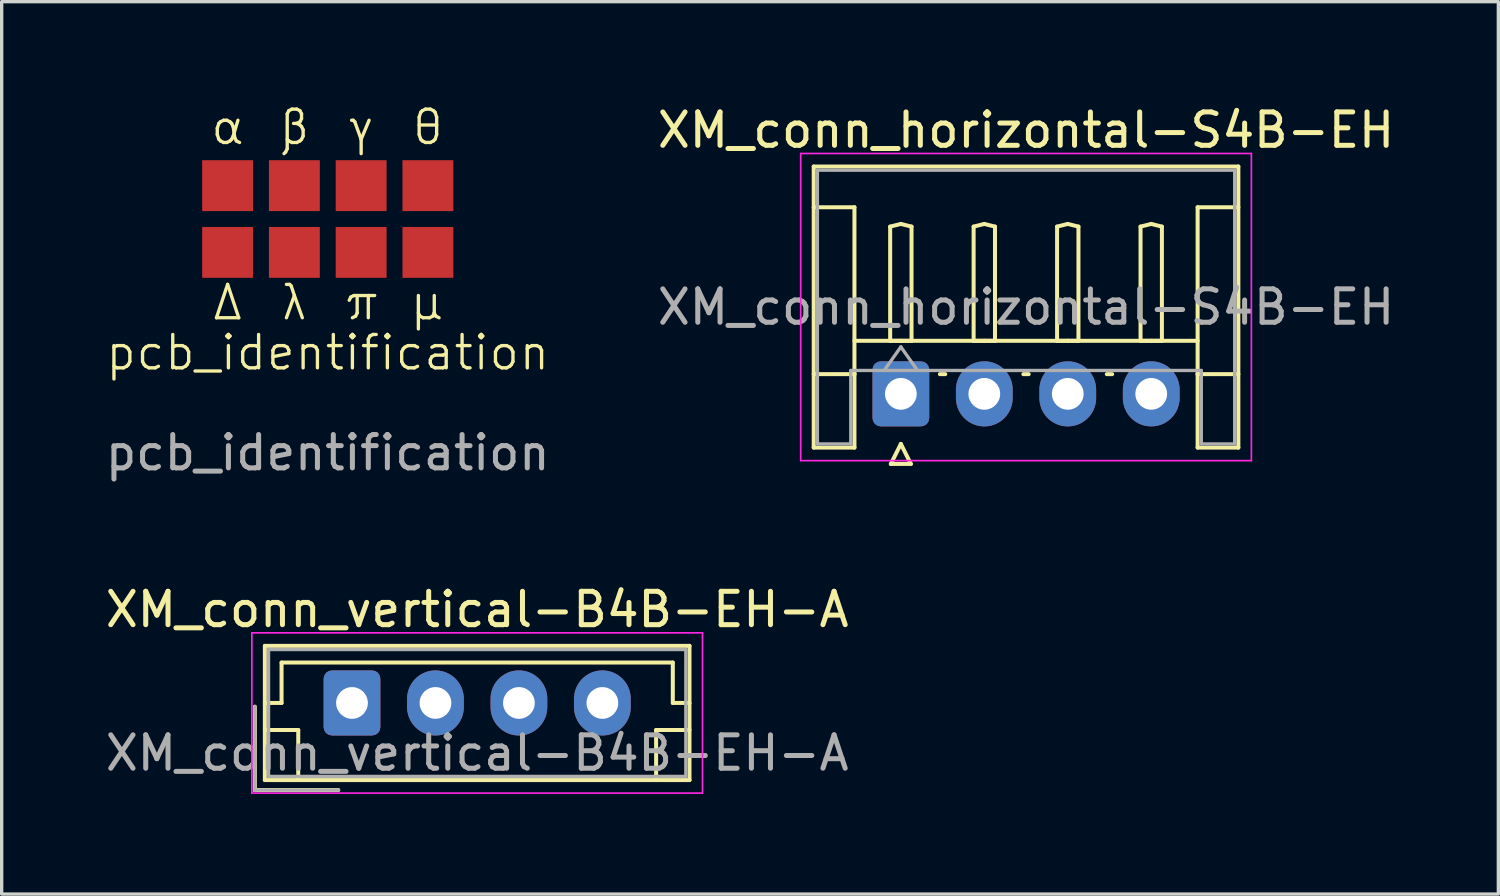
<source format=kicad_pcb>
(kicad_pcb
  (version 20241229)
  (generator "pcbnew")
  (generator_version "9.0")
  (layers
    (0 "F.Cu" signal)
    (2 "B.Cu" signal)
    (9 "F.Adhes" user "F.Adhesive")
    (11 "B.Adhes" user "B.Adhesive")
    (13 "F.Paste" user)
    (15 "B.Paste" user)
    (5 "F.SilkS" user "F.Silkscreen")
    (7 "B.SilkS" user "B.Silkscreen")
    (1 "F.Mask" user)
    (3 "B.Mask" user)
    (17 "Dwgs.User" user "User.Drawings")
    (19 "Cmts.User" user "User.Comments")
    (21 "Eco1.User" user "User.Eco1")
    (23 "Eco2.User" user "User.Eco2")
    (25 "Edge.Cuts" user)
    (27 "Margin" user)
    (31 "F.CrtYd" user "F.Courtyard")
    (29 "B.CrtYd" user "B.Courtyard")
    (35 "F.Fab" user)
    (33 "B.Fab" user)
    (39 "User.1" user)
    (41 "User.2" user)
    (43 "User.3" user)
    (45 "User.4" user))
  (footprint "pcb_identification"
    (layer "F.Cu")
    (at 6.768 8.011)
    (property "Reference" "pcb_identification" (at 0 -0.5 0) (unlocked yes) (layer "F.SilkS") (effects (font (size 1 1) (thickness 0.1))))
    (attr smd)
    (fp_text user "μ" (at 3 -2 0) (unlocked yes) (layer "F.SilkS") (effects (font (size 1 1) (thickness 0.1))))
    (fp_text user "γ" (at 1 -7.25 0) (unlocked yes) (layer "F.SilkS") (effects (font (size 1 1) (thickness 0.1))))
    (fp_text user "Δ" (at -3 -2 0) (unlocked yes) (layer "F.SilkS") (effects (font (size 1 1) (thickness 0.1))))
    (fp_text user "α" (at -3 -7.25 0) (unlocked yes) (layer "F.SilkS") (effects (font (size 1 1) (thickness 0.1))))
    (fp_text user "λ" (at -1 -2 0) (unlocked yes) (layer "F.SilkS") (effects (font (size 1 1) (thickness 0.1))))
    (fp_text user "θ" (at 3 -7.25 0) (unlocked yes) (layer "F.SilkS") (effects (font (size 1 1) (thickness 0.1))))
    (fp_text user "β" (at -1 -7.25 0) (unlocked yes) (layer "F.SilkS") (effects (font (size 1 1) (thickness 0.1))))
    (fp_text user "π" (at 1 -2 0) (unlocked yes) (layer "F.SilkS") (effects (font (size 1 1) (thickness 0.1))))
    (fp_text user "${REFERENCE}" (at 0 2.5 0) (unlocked yes) (layer "F.Fab") (effects (font (size 1 1) (thickness 0.15))))
    (pad "1" smd rect (at -3 -5.5) (size 1.524 1.524) (layers "F.Cu" "F.Mask" "F.Paste"))
    (pad "2" smd rect (at -1 -5.5) (size 1.524 1.524) (layers "F.Cu" "F.Mask" "F.Paste"))
    (pad "3" smd rect (at 1 -5.5) (size 1.524 1.524) (layers "F.Cu" "F.Mask" "F.Paste"))
    (pad "4" smd rect (at 3 -5.5) (size 1.524 1.524) (layers "F.Cu" "F.Mask" "F.Paste"))
    (pad "5" smd rect (at -3 -3.5) (size 1.524 1.524) (layers "F.Cu" "F.Mask" "F.Paste"))
    (pad "6" smd rect (at -1 -3.5) (size 1.524 1.524) (layers "F.Cu" "F.Mask" "F.Paste"))
    (pad "7" smd rect (at 1 -3.5) (size 1.524 1.524) (layers "F.Cu" "F.Mask" "F.Paste"))
    (pad "8" smd rect (at 3 -3.5) (size 1.524 1.524) (layers "F.Cu" "F.Mask" "F.Paste")))
  (footprint "XM_conn_horizontal-S4B-EH"
    (layer "F.Cu")
    (at 23.935 8.748)
    (property "Reference" "XM_conn_horizontal-S4B-EH" (at 3.75 -7.9 0) (layer "F.SilkS") (effects (font (size 1 1) (thickness 0.15))))
    (attr through_hole)
    (fp_line (start -2.61 -6.81) (end 10.11 -6.81) (stroke (width 0.12) (type solid)) (layer "F.SilkS"))
    (fp_line (start -2.61 -5.59) (end -1.39 -5.59) (stroke (width 0.12) (type solid)) (layer "F.SilkS"))
    (fp_line (start -2.61 1.61) (end -2.61 -6.81) (stroke (width 0.12) (type solid)) (layer "F.SilkS"))
    (fp_line (start -1.39 -5.59) (end -1.39 -0.59) (stroke (width 0.12) (type solid)) (layer "F.SilkS"))
    (fp_line (start -1.39 -1.59) (end 8.89 -1.59) (stroke (width 0.12) (type solid)) (layer "F.SilkS"))
    (fp_line (start -1.39 -0.59) (end -2.61 -0.59) (stroke (width 0.12) (type solid)) (layer "F.SilkS"))
    (fp_line (start -1.39 -0.59) (end -1.39 1.61) (stroke (width 0.12) (type solid)) (layer "F.SilkS"))
    (fp_line (start -1.39 1.61) (end -2.61 1.61) (stroke (width 0.12) (type solid)) (layer "F.SilkS"))
    (fp_line (start -0.32 -5.01) (end 0 -5.09) (stroke (width 0.12) (type solid)) (layer "F.SilkS"))
    (fp_line (start -0.32 -1.59) (end -0.32 -5.01) (stroke (width 0.12) (type solid)) (layer "F.SilkS"))
    (fp_line (start -0.3 2.1) (end 0.3 2.1) (stroke (width 0.12) (type solid)) (layer "F.SilkS"))
    (fp_line (start 0 -5.09) (end 0.32 -5.01) (stroke (width 0.12) (type solid)) (layer "F.SilkS"))
    (fp_line (start 0 -1.59) (end -0.32 -1.59) (stroke (width 0.12) (type solid)) (layer "F.SilkS"))
    (fp_line (start 0 1.5) (end -0.3 2.1) (stroke (width 0.12) (type solid)) (layer "F.SilkS"))
    (fp_line (start 0.3 2.1) (end 0 1.5) (stroke (width 0.12) (type solid)) (layer "F.SilkS"))
    (fp_line (start 0.32 -5.01) (end 0.32 -1.59) (stroke (width 0.12) (type solid)) (layer "F.SilkS"))
    (fp_line (start 0.32 -1.59) (end 0 -1.59) (stroke (width 0.12) (type solid)) (layer "F.SilkS"))
    (fp_line (start 1.17 -0.59) (end 1.33 -0.59) (stroke (width 0.12) (type solid)) (layer "F.SilkS"))
    (fp_line (start 2.18 -5.01) (end 2.5 -5.09) (stroke (width 0.12) (type solid)) (layer "F.SilkS"))
    (fp_line (start 2.18 -1.59) (end 2.18 -5.01) (stroke (width 0.12) (type solid)) (layer "F.SilkS"))
    (fp_line (start 2.5 -5.09) (end 2.82 -5.01) (stroke (width 0.12) (type solid)) (layer "F.SilkS"))
    (fp_line (start 2.5 -1.59) (end 2.18 -1.59) (stroke (width 0.12) (type solid)) (layer "F.SilkS"))
    (fp_line (start 2.82 -5.01) (end 2.82 -1.59) (stroke (width 0.12) (type solid)) (layer "F.SilkS"))
    (fp_line (start 2.82 -1.59) (end 2.5 -1.59) (stroke (width 0.12) (type solid)) (layer "F.SilkS"))
    (fp_line (start 3.67 -0.59) (end 3.83 -0.59) (stroke (width 0.12) (type solid)) (layer "F.SilkS"))
    (fp_line (start 4.68 -5.01) (end 5 -5.09) (stroke (width 0.12) (type solid)) (layer "F.SilkS"))
    (fp_line (start 4.68 -1.59) (end 4.68 -5.01) (stroke (width 0.12) (type solid)) (layer "F.SilkS"))
    (fp_line (start 5 -5.09) (end 5.32 -5.01) (stroke (width 0.12) (type solid)) (layer "F.SilkS"))
    (fp_line (start 5 -1.59) (end 4.68 -1.59) (stroke (width 0.12) (type solid)) (layer "F.SilkS"))
    (fp_line (start 5.32 -5.01) (end 5.32 -1.59) (stroke (width 0.12) (type solid)) (layer "F.SilkS"))
    (fp_line (start 5.32 -1.59) (end 5 -1.59) (stroke (width 0.12) (type solid)) (layer "F.SilkS"))
    (fp_line (start 6.17 -0.59) (end 6.33 -0.59) (stroke (width 0.12) (type solid)) (layer "F.SilkS"))
    (fp_line (start 7.18 -5.01) (end 7.5 -5.09) (stroke (width 0.12) (type solid)) (layer "F.SilkS"))
    (fp_line (start 7.18 -1.59) (end 7.18 -5.01) (stroke (width 0.12) (type solid)) (layer "F.SilkS"))
    (fp_line (start 7.5 -5.09) (end 7.82 -5.01) (stroke (width 0.12) (type solid)) (layer "F.SilkS"))
    (fp_line (start 7.5 -1.59) (end 7.18 -1.59) (stroke (width 0.12) (type solid)) (layer "F.SilkS"))
    (fp_line (start 7.82 -5.01) (end 7.82 -1.59) (stroke (width 0.12) (type solid)) (layer "F.SilkS"))
    (fp_line (start 7.82 -1.59) (end 7.5 -1.59) (stroke (width 0.12) (type solid)) (layer "F.SilkS"))
    (fp_line (start 8.89 -5.59) (end 8.89 -0.59) (stroke (width 0.12) (type solid)) (layer "F.SilkS"))
    (fp_line (start 8.89 -0.59) (end 10.11 -0.59) (stroke (width 0.12) (type solid)) (layer "F.SilkS"))
    (fp_line (start 8.89 1.61) (end 8.89 -0.59) (stroke (width 0.12) (type solid)) (layer "F.SilkS"))
    (fp_line (start 10.11 -6.81) (end 10.11 1.61) (stroke (width 0.12) (type solid)) (layer "F.SilkS"))
    (fp_line (start 10.11 -5.59) (end 8.89 -5.59) (stroke (width 0.12) (type solid)) (layer "F.SilkS"))
    (fp_line (start 10.11 1.61) (end 8.89 1.61) (stroke (width 0.12) (type solid)) (layer "F.SilkS"))
    (fp_line (start -3 -7.2) (end -3 2) (stroke (width 0.05) (type solid)) (layer "F.CrtYd"))
    (fp_line (start -3 2) (end 10.5 2) (stroke (width 0.05) (type solid)) (layer "F.CrtYd"))
    (fp_line (start 10.5 -7.2) (end -3 -7.2) (stroke (width 0.05) (type solid)) (layer "F.CrtYd"))
    (fp_line (start 10.5 2) (end 10.5 -7.2) (stroke (width 0.05) (type solid)) (layer "F.CrtYd"))
    (fp_line (start -2.5 -6.7) (end 10 -6.7) (stroke (width 0.1) (type solid)) (layer "F.Fab"))
    (fp_line (start -2.5 1.5) (end -2.5 -6.7) (stroke (width 0.1) (type solid)) (layer "F.Fab"))
    (fp_line (start -1.5 -0.7) (end -1.5 1.5) (stroke (width 0.1) (type solid)) (layer "F.Fab"))
    (fp_line (start -1.5 1.5) (end -2.5 1.5) (stroke (width 0.1) (type solid)) (layer "F.Fab"))
    (fp_line (start -0.5 -0.7) (end 0 -1.407) (stroke (width 0.1) (type solid)) (layer "F.Fab"))
    (fp_line (start 0 -1.407) (end 0.5 -0.7) (stroke (width 0.1) (type solid)) (layer "F.Fab"))
    (fp_line (start 9 -0.7) (end -1.5 -0.7) (stroke (width 0.1) (type solid)) (layer "F.Fab"))
    (fp_line (start 9 1.5) (end 9 -0.7) (stroke (width 0.1) (type solid)) (layer "F.Fab"))
    (fp_line (start 10 -6.7) (end 10 1.5) (stroke (width 0.1) (type solid)) (layer "F.Fab"))
    (fp_line (start 10 1.5) (end 9 1.5) (stroke (width 0.1) (type solid)) (layer "F.Fab"))
    (fp_text user "${REFERENCE}" (at 3.75 -2.6 0) (layer "F.Fab") (effects (font (size 1 1) (thickness 0.15))))
    (pad "1" thru_hole roundrect (at 0 0) (size 1.7 1.95) (drill 0.95) (layers "*.Cu" "*.Mask") (roundrect_rratio 0.147))
    (pad "2" thru_hole oval (at 2.5 0) (size 1.7 1.95) (drill 0.95) (layers "*.Cu" "*.Mask"))
    (pad "3" thru_hole oval (at 5 0) (size 1.7 1.95) (drill 0.95) (layers "*.Cu" "*.Mask"))
    (pad "4" thru_hole oval (at 7.5 0) (size 1.7 1.95) (drill 0.95) (layers "*.Cu" "*.Mask")))
  (footprint "XM_conn_vertical-B4B-EH-A"
    (layer "F.Cu")
    (at 7.494 18.007)
    (property "Reference" "XM_conn_vertical-B4B-EH-A" (at 3.75 -2.8 0) (layer "F.SilkS") (effects (font (size 1 1) (thickness 0.15))))
    (attr through_hole)
    (fp_line (start -2.91 0.11) (end -2.91 2.61) (stroke (width 0.12) (type solid)) (layer "F.SilkS"))
    (fp_line (start -2.91 2.61) (end -0.41 2.61) (stroke (width 0.12) (type solid)) (layer "F.SilkS"))
    (fp_line (start -2.61 -1.71) (end -2.61 2.31) (stroke (width 0.12) (type solid)) (layer "F.SilkS"))
    (fp_line (start -2.61 0) (end -2.11 0) (stroke (width 0.12) (type solid)) (layer "F.SilkS"))
    (fp_line (start -2.61 0.81) (end -1.61 0.81) (stroke (width 0.12) (type solid)) (layer "F.SilkS"))
    (fp_line (start -2.61 2.31) (end 10.11 2.31) (stroke (width 0.12) (type solid)) (layer "F.SilkS"))
    (fp_line (start -2.11 -1.21) (end 9.61 -1.21) (stroke (width 0.12) (type solid)) (layer "F.SilkS"))
    (fp_line (start -2.11 0) (end -2.11 -1.21) (stroke (width 0.12) (type solid)) (layer "F.SilkS"))
    (fp_line (start -1.61 0.81) (end -1.61 2.31) (stroke (width 0.12) (type solid)) (layer "F.SilkS"))
    (fp_line (start 9.11 0.81) (end 9.11 2.31) (stroke (width 0.12) (type solid)) (layer "F.SilkS"))
    (fp_line (start 9.61 -1.21) (end 9.61 0) (stroke (width 0.12) (type solid)) (layer "F.SilkS"))
    (fp_line (start 9.61 0) (end 10.11 0) (stroke (width 0.12) (type solid)) (layer "F.SilkS"))
    (fp_line (start 10.11 -1.71) (end -2.61 -1.71) (stroke (width 0.12) (type solid)) (layer "F.SilkS"))
    (fp_line (start 10.11 0.81) (end 9.11 0.81) (stroke (width 0.12) (type solid)) (layer "F.SilkS"))
    (fp_line (start 10.11 2.31) (end 10.11 -1.71) (stroke (width 0.12) (type solid)) (layer "F.SilkS"))
    (fp_line (start -3 -2.1) (end -3 2.7) (stroke (width 0.05) (type solid)) (layer "F.CrtYd"))
    (fp_line (start -3 2.7) (end 10.5 2.7) (stroke (width 0.05) (type solid)) (layer "F.CrtYd"))
    (fp_line (start 10.5 -2.1) (end -3 -2.1) (stroke (width 0.05) (type solid)) (layer "F.CrtYd"))
    (fp_line (start 10.5 2.7) (end 10.5 -2.1) (stroke (width 0.05) (type solid)) (layer "F.CrtYd"))
    (fp_line (start -2.91 0.11) (end -2.91 2.61) (stroke (width 0.1) (type solid)) (layer "F.Fab"))
    (fp_line (start -2.91 2.61) (end -0.41 2.61) (stroke (width 0.1) (type solid)) (layer "F.Fab"))
    (fp_line (start -2.5 -1.6) (end -2.5 2.2) (stroke (width 0.1) (type solid)) (layer "F.Fab"))
    (fp_line (start -2.5 2.2) (end 10 2.2) (stroke (width 0.1) (type solid)) (layer "F.Fab"))
    (fp_line (start 10 -1.6) (end -2.5 -1.6) (stroke (width 0.1) (type solid)) (layer "F.Fab"))
    (fp_line (start 10 2.2) (end 10 -1.6) (stroke (width 0.1) (type solid)) (layer "F.Fab"))
    (fp_text user "${REFERENCE}" (at 3.75 1.5 0) (layer "F.Fab") (effects (font (size 1 1) (thickness 0.15))))
    (pad "1" thru_hole roundrect (at 0 0) (size 1.7 1.95) (drill 0.95) (layers "*.Cu" "*.Mask") (roundrect_rratio 0.147))
    (pad "2" thru_hole oval (at 2.5 0) (size 1.7 1.95) (drill 0.95) (layers "*.Cu" "*.Mask"))
    (pad "3" thru_hole oval (at 5 0) (size 1.7 1.95) (drill 0.95) (layers "*.Cu" "*.Mask"))
    (pad "4" thru_hole oval (at 7.5 0) (size 1.7 1.95) (drill 0.95) (layers "*.Cu" "*.Mask")))
  (gr_rect
    (start -3 -3)
    (end 41.833 23.732)
    (stroke (width 0.1) (type default))
    (fill no)
    (layer "Edge.Cuts")))
</source>
